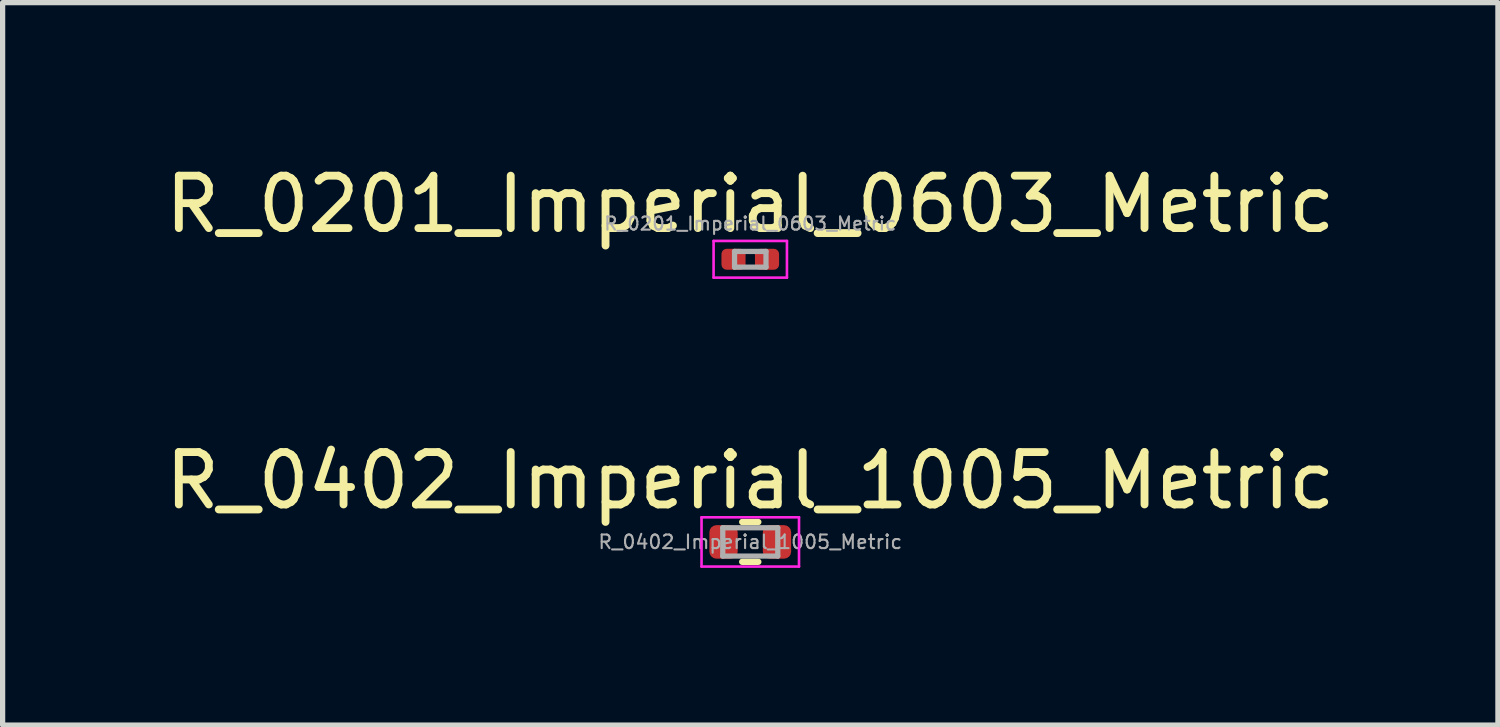
<source format=kicad_pcb>
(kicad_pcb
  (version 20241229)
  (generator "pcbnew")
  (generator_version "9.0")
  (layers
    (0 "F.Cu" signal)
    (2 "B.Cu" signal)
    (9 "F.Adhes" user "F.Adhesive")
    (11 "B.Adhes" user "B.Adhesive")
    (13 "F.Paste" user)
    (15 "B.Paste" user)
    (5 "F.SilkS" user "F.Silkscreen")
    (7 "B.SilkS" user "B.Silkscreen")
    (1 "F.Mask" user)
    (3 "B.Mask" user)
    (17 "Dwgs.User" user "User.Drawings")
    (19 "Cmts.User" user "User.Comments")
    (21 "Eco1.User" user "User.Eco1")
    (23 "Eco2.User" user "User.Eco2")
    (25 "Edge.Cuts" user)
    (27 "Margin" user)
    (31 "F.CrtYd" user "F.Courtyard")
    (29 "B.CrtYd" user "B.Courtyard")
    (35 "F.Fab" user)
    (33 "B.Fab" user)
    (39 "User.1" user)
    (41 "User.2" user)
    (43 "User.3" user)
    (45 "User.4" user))
  (footprint "R_0201_Imperial_0603_Metric"
    (layer "F.Cu")
    (at 11.268 1.898)
    (property "Reference" "R_0201_Imperial_0603_Metric" (at 0 -1.05 0) (layer "F.SilkS") (effects (font (size 1 1) (thickness 0.15))))
    (attr smd)
    (fp_line (start -0.7 -0.35) (end 0.7 -0.35) (stroke (width 0.05) (type solid)) (layer "F.CrtYd"))
    (fp_line (start -0.7 0.35) (end -0.7 -0.35) (stroke (width 0.05) (type solid)) (layer "F.CrtYd"))
    (fp_line (start 0.7 -0.35) (end 0.7 0.35) (stroke (width 0.05) (type solid)) (layer "F.CrtYd"))
    (fp_line (start 0.7 0.35) (end -0.7 0.35) (stroke (width 0.05) (type solid)) (layer "F.CrtYd"))
    (fp_line (start -0.3 -0.15) (end 0.3 -0.15) (stroke (width 0.1) (type solid)) (layer "F.Fab"))
    (fp_line (start -0.3 0.15) (end -0.3 -0.15) (stroke (width 0.1) (type solid)) (layer "F.Fab"))
    (fp_line (start 0.3 -0.15) (end 0.3 0.15) (stroke (width 0.1) (type solid)) (layer "F.Fab"))
    (fp_line (start 0.3 0.15) (end -0.3 0.15) (stroke (width 0.1) (type solid)) (layer "F.Fab"))
    (fp_text user "${REFERENCE}" (at 0 -0.68 0) (layer "F.Fab") (effects (font (size 0.25 0.25) (thickness 0.04))))
    (pad "" smd roundrect (at -0.345 0) (size 0.318 0.36) (layers "F.Paste") (roundrect_rratio 0.25))
    (pad "" smd roundrect (at 0.345 0) (size 0.318 0.36) (layers "F.Paste") (roundrect_rratio 0.25))
    (pad "1" smd roundrect (at -0.32 0) (size 0.46 0.4) (layers "F.Cu" "F.Mask") (roundrect_rratio 0.25))
    (pad "2" smd roundrect (at 0.32 0) (size 0.46 0.4) (layers "F.Cu" "F.Mask") (roundrect_rratio 0.25)))
  (footprint "R_0402_Imperial_1005_Metric"
    (layer "F.Cu")
    (at 11.268 7.292)
    (property "Reference" "R_0402_Imperial_1005_Metric" (at 0 -1.17 0) (layer "F.SilkS") (effects (font (size 1 1) (thickness 0.15))))
    (attr smd)
    (fp_line (start -0.154 -0.38) (end 0.154 -0.38) (stroke (width 0.12) (type solid)) (layer "F.SilkS"))
    (fp_line (start -0.154 0.38) (end 0.154 0.38) (stroke (width 0.12) (type solid)) (layer "F.SilkS"))
    (fp_line (start -0.93 -0.47) (end 0.93 -0.47) (stroke (width 0.05) (type solid)) (layer "F.CrtYd"))
    (fp_line (start -0.93 0.47) (end -0.93 -0.47) (stroke (width 0.05) (type solid)) (layer "F.CrtYd"))
    (fp_line (start 0.93 -0.47) (end 0.93 0.47) (stroke (width 0.05) (type solid)) (layer "F.CrtYd"))
    (fp_line (start 0.93 0.47) (end -0.93 0.47) (stroke (width 0.05) (type solid)) (layer "F.CrtYd"))
    (fp_line (start -0.525 -0.27) (end 0.525 -0.27) (stroke (width 0.1) (type solid)) (layer "F.Fab"))
    (fp_line (start -0.525 0.27) (end -0.525 -0.27) (stroke (width 0.1) (type solid)) (layer "F.Fab"))
    (fp_line (start 0.525 -0.27) (end 0.525 0.27) (stroke (width 0.1) (type solid)) (layer "F.Fab"))
    (fp_line (start 0.525 0.27) (end -0.525 0.27) (stroke (width 0.1) (type solid)) (layer "F.Fab"))
    (fp_text user "${REFERENCE}" (at 0 0 0) (layer "F.Fab") (effects (font (size 0.26 0.26) (thickness 0.04))))
    (pad "1" smd roundrect (at -0.51 0) (size 0.54 0.64) (layers "F.Cu" "F.Mask" "F.Paste") (roundrect_rratio 0.25))
    (pad "2" smd roundrect (at 0.51 0) (size 0.54 0.64) (layers "F.Cu" "F.Mask" "F.Paste") (roundrect_rratio 0.25)))
  (gr_rect
    (start -3 -3)
    (end 25.536 10.787)
    (stroke (width 0.1) (type default))
    (fill no)
    (layer "Edge.Cuts")))
</source>
